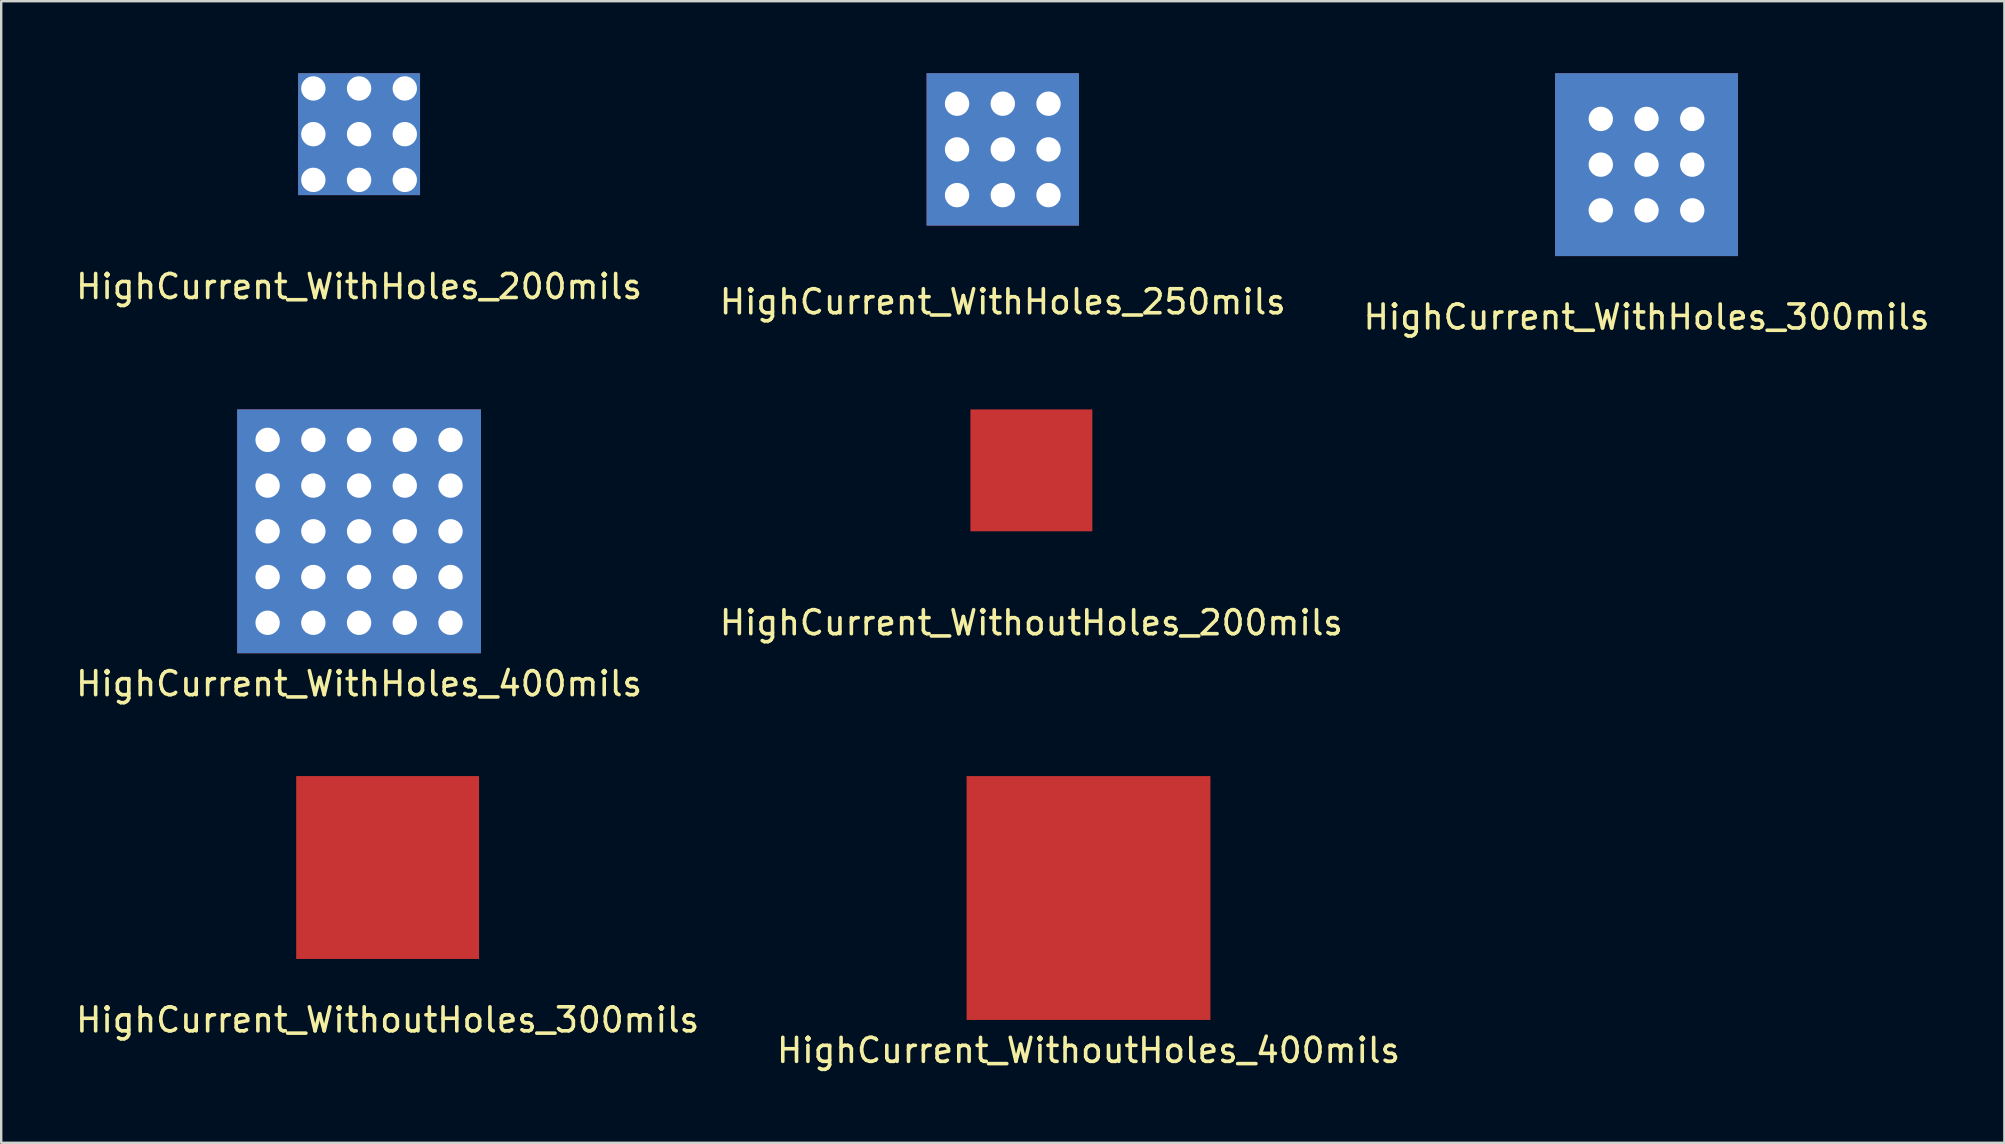
<source format=kicad_pcb>
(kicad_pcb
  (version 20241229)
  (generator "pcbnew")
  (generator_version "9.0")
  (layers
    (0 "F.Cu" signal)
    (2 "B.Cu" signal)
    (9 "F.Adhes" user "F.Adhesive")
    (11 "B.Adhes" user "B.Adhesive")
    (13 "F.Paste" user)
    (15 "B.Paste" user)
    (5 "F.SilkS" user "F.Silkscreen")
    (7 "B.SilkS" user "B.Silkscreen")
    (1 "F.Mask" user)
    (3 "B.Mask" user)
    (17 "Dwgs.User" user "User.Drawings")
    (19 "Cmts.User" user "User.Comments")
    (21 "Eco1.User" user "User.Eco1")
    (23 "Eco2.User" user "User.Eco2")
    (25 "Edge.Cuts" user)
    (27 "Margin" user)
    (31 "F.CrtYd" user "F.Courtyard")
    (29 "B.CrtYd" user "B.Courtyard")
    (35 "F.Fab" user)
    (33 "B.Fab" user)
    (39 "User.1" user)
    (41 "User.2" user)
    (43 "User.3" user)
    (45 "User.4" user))
  (footprint "HighCurrent_WithHoles_250mils"
    (layer "F.Cu")
    (at 38.732 3.175)
    (property "Reference" "HighCurrent_WithHoles_250mils" (at 0 6.35 0) (layer "F.SilkS") (effects (font (size 1 1) (thickness 0.15))))
    (attr through_hole)
    (pad "1" thru_hole circle (at -1.905 -1.905) (size 1.143 1.143) (drill 1.016) (layers "*.Cu" "*.Mask"))
    (pad "1" thru_hole circle (at -1.905 0) (size 1.143 1.143) (drill 1.016) (layers "*.Cu" "*.Mask"))
    (pad "1" thru_hole circle (at -1.905 1.905) (size 1.143 1.143) (drill 1.016) (layers "*.Cu" "*.Mask"))
    (pad "1" thru_hole circle (at 0 -1.905) (size 1.143 1.143) (drill 1.016) (layers "*.Cu" "*.Mask"))
    (pad "1" thru_hole circle (at 0 0) (size 1.143 1.143) (drill 1.016) (layers "*.Cu" "*.Mask"))
    (pad "1" smd rect (at 0 0) (size 6.35 6.35) (layers "F.Cu" "F.Mask" "F.Paste"))
    (pad "1" smd rect (at 0 0) (size 6.35 6.35) (layers "B.Cu" "B.Mask" "B.Paste"))
    (pad "1" thru_hole circle (at 0 1.905) (size 1.143 1.143) (drill 1.016) (layers "*.Cu" "*.Mask"))
    (pad "1" thru_hole circle (at 1.905 -1.905) (size 1.143 1.143) (drill 1.016) (layers "*.Cu" "*.Mask"))
    (pad "1" thru_hole circle (at 1.905 0) (size 1.143 1.143) (drill 1.016) (layers "*.Cu" "*.Mask"))
    (pad "1" thru_hole circle (at 1.905 1.905) (size 1.143 1.143) (drill 1.016) (layers "*.Cu" "*.Mask")))
  (footprint "HighCurrent_WithoutHoles_400mils"
    (layer "F.Cu")
    (at 42.304 34.367)
    (property "Reference" "HighCurrent_WithoutHoles_400mils" (at 0 6.35 0) (layer "F.SilkS") (effects (font (size 1 1) (thickness 0.15))))
    (attr through_hole)
    (pad "1" smd rect (at 0 0) (size 10.16 10.16) (layers "F.Cu" "F.Mask" "F.Paste")))
  (footprint "HighCurrent_WithoutHoles_300mils"
    (layer "F.Cu")
    (at 13.101 33.096)
    (property "Reference" "HighCurrent_WithoutHoles_300mils" (at 0 6.35 0) (layer "F.SilkS") (effects (font (size 1 1) (thickness 0.15))))
    (attr through_hole)
    (pad "1" smd rect (at 0 0) (size 7.62 7.62) (layers "F.Cu" "F.Mask" "F.Paste")))
  (footprint "HighCurrent_WithoutHoles_200mils"
    (layer "F.Cu")
    (at 39.923 16.548)
    (property "Reference" "HighCurrent_WithoutHoles_200mils" (at 0 6.35 0) (layer "F.SilkS") (effects (font (size 1 1) (thickness 0.15))))
    (attr through_hole)
    (pad "1" smd rect (at 0 0) (size 5.08 5.08) (layers "F.Cu" "F.Mask" "F.Paste")))
  (footprint "HighCurrent_WithHoles_200mils"
    (layer "F.Cu")
    (at 11.911 2.54)
    (property "Reference" "HighCurrent_WithHoles_200mils" (at 0 6.35 0) (layer "F.SilkS") (effects (font (size 1 1) (thickness 0.15))))
    (attr through_hole)
    (pad "1" thru_hole circle (at -1.905 -1.905) (size 1.143 1.143) (drill 1.016) (layers "*.Cu" "*.Mask"))
    (pad "1" thru_hole circle (at -1.905 0) (size 1.143 1.143) (drill 1.016) (layers "*.Cu" "*.Mask"))
    (pad "1" thru_hole circle (at -1.905 1.905) (size 1.143 1.143) (drill 1.016) (layers "*.Cu" "*.Mask"))
    (pad "1" thru_hole circle (at 0 -1.905) (size 1.143 1.143) (drill 1.016) (layers "*.Cu" "*.Mask"))
    (pad "1" thru_hole circle (at 0 0) (size 1.143 1.143) (drill 1.016) (layers "*.Cu" "*.Mask"))
    (pad "1" smd rect (at 0 0) (size 5.08 5.08) (layers "F.Cu" "F.Mask" "F.Paste"))
    (pad "1" smd rect (at 0 0) (size 5.08 5.08) (layers "B.Cu" "B.Mask" "B.Paste"))
    (pad "1" thru_hole circle (at 0 1.905) (size 1.143 1.143) (drill 1.016) (layers "*.Cu" "*.Mask"))
    (pad "1" thru_hole circle (at 1.905 -1.905) (size 1.143 1.143) (drill 1.016) (layers "*.Cu" "*.Mask"))
    (pad "1" thru_hole circle (at 1.905 0) (size 1.143 1.143) (drill 1.016) (layers "*.Cu" "*.Mask"))
    (pad "1" thru_hole circle (at 1.905 1.905) (size 1.143 1.143) (drill 1.016) (layers "*.Cu" "*.Mask")))
  (footprint "HighCurrent_WithHoles_400mils"
    (layer "F.Cu")
    (at 11.911 19.088)
    (property "Reference" "HighCurrent_WithHoles_400mils" (at 0 6.35 0) (layer "F.SilkS") (effects (font (size 1 1) (thickness 0.15))))
    (attr through_hole)
    (pad "1" thru_hole circle (at -3.81 -3.81) (size 1.143 1.143) (drill 1.016) (layers "*.Cu" "*.Mask"))
    (pad "1" thru_hole circle (at -3.81 -1.905) (size 1.143 1.143) (drill 1.016) (layers "*.Cu" "*.Mask"))
    (pad "1" thru_hole circle (at -3.81 0) (size 1.143 1.143) (drill 1.016) (layers "*.Cu" "*.Mask"))
    (pad "1" thru_hole circle (at -3.81 1.905) (size 1.143 1.143) (drill 1.016) (layers "*.Cu" "*.Mask"))
    (pad "1" thru_hole circle (at -3.81 3.81) (size 1.143 1.143) (drill 1.016) (layers "*.Cu" "*.Mask"))
    (pad "1" thru_hole circle (at -1.905 -3.81) (size 1.143 1.143) (drill 1.016) (layers "*.Cu" "*.Mask"))
    (pad "1" thru_hole circle (at -1.905 -1.905) (size 1.143 1.143) (drill 1.016) (layers "*.Cu" "*.Mask"))
    (pad "1" thru_hole circle (at -1.905 0) (size 1.143 1.143) (drill 1.016) (layers "*.Cu" "*.Mask"))
    (pad "1" thru_hole circle (at -1.905 1.905) (size 1.143 1.143) (drill 1.016) (layers "*.Cu" "*.Mask"))
    (pad "1" thru_hole circle (at -1.905 3.81) (size 1.143 1.143) (drill 1.016) (layers "*.Cu" "*.Mask"))
    (pad "1" thru_hole circle (at 0 -3.81) (size 1.143 1.143) (drill 1.016) (layers "*.Cu" "*.Mask"))
    (pad "1" thru_hole circle (at 0 -1.905) (size 1.143 1.143) (drill 1.016) (layers "*.Cu" "*.Mask"))
    (pad "1" thru_hole circle (at 0 0) (size 1.143 1.143) (drill 1.016) (layers "*.Cu" "*.Mask"))
    (pad "1" smd rect (at 0 0) (size 10.16 10.16) (layers "F.Cu" "F.Mask" "F.Paste"))
    (pad "1" smd rect (at 0 0) (size 10.16 10.16) (layers "B.Cu" "B.Mask" "B.Paste"))
    (pad "1" thru_hole circle (at 0 1.905) (size 1.143 1.143) (drill 1.016) (layers "*.Cu" "*.Mask"))
    (pad "1" thru_hole circle (at 0 3.81) (size 1.143 1.143) (drill 1.016) (layers "*.Cu" "*.Mask"))
    (pad "1" thru_hole circle (at 1.905 -3.81) (size 1.143 1.143) (drill 1.016) (layers "*.Cu" "*.Mask"))
    (pad "1" thru_hole circle (at 1.905 -1.905) (size 1.143 1.143) (drill 1.016) (layers "*.Cu" "*.Mask"))
    (pad "1" thru_hole circle (at 1.905 0) (size 1.143 1.143) (drill 1.016) (layers "*.Cu" "*.Mask"))
    (pad "1" thru_hole circle (at 1.905 1.905) (size 1.143 1.143) (drill 1.016) (layers "*.Cu" "*.Mask"))
    (pad "1" thru_hole circle (at 1.905 3.81) (size 1.143 1.143) (drill 1.016) (layers "*.Cu" "*.Mask"))
    (pad "1" thru_hole circle (at 3.81 -3.81) (size 1.143 1.143) (drill 1.016) (layers "*.Cu" "*.Mask"))
    (pad "1" thru_hole circle (at 3.81 -1.905) (size 1.143 1.143) (drill 1.016) (layers "*.Cu" "*.Mask"))
    (pad "1" thru_hole circle (at 3.81 0) (size 1.143 1.143) (drill 1.016) (layers "*.Cu" "*.Mask"))
    (pad "1" thru_hole circle (at 3.81 1.905) (size 1.143 1.143) (drill 1.016) (layers "*.Cu" "*.Mask"))
    (pad "1" thru_hole circle (at 3.81 3.81) (size 1.143 1.143) (drill 1.016) (layers "*.Cu" "*.Mask")))
  (footprint "HighCurrent_WithHoles_300mils"
    (layer "F.Cu")
    (at 65.554 3.81)
    (property "Reference" "HighCurrent_WithHoles_300mils" (at 0 6.35 0) (layer "F.SilkS") (effects (font (size 1 1) (thickness 0.15))))
    (attr through_hole)
    (pad "1" thru_hole circle (at -1.905 -1.905) (size 1.143 1.143) (drill 1.016) (layers "*.Cu" "*.Mask"))
    (pad "1" thru_hole circle (at -1.905 0) (size 1.143 1.143) (drill 1.016) (layers "*.Cu" "*.Mask"))
    (pad "1" thru_hole circle (at -1.905 1.905) (size 1.143 1.143) (drill 1.016) (layers "*.Cu" "*.Mask"))
    (pad "1" thru_hole circle (at 0 -1.905) (size 1.143 1.143) (drill 1.016) (layers "*.Cu" "*.Mask"))
    (pad "1" thru_hole circle (at 0 0) (size 1.143 1.143) (drill 1.016) (layers "*.Cu" "*.Mask"))
    (pad "1" smd rect (at 0 0) (size 7.62 7.62) (layers "F.Cu" "F.Mask" "F.Paste"))
    (pad "1" smd rect (at 0 0) (size 7.62 7.62) (layers "B.Cu" "B.Mask" "B.Paste"))
    (pad "1" thru_hole circle (at 0 1.905) (size 1.143 1.143) (drill 1.016) (layers "*.Cu" "*.Mask"))
    (pad "1" thru_hole circle (at 1.905 -1.905) (size 1.143 1.143) (drill 1.016) (layers "*.Cu" "*.Mask"))
    (pad "1" thru_hole circle (at 1.905 0) (size 1.143 1.143) (drill 1.016) (layers "*.Cu" "*.Mask"))
    (pad "1" thru_hole circle (at 1.905 1.905) (size 1.143 1.143) (drill 1.016) (layers "*.Cu" "*.Mask")))
  (gr_rect
    (start -3 -3)
    (end 80.464 44.565)
    (stroke (width 0.1) (type default))
    (fill no)
    (layer "Edge.Cuts")))
</source>
